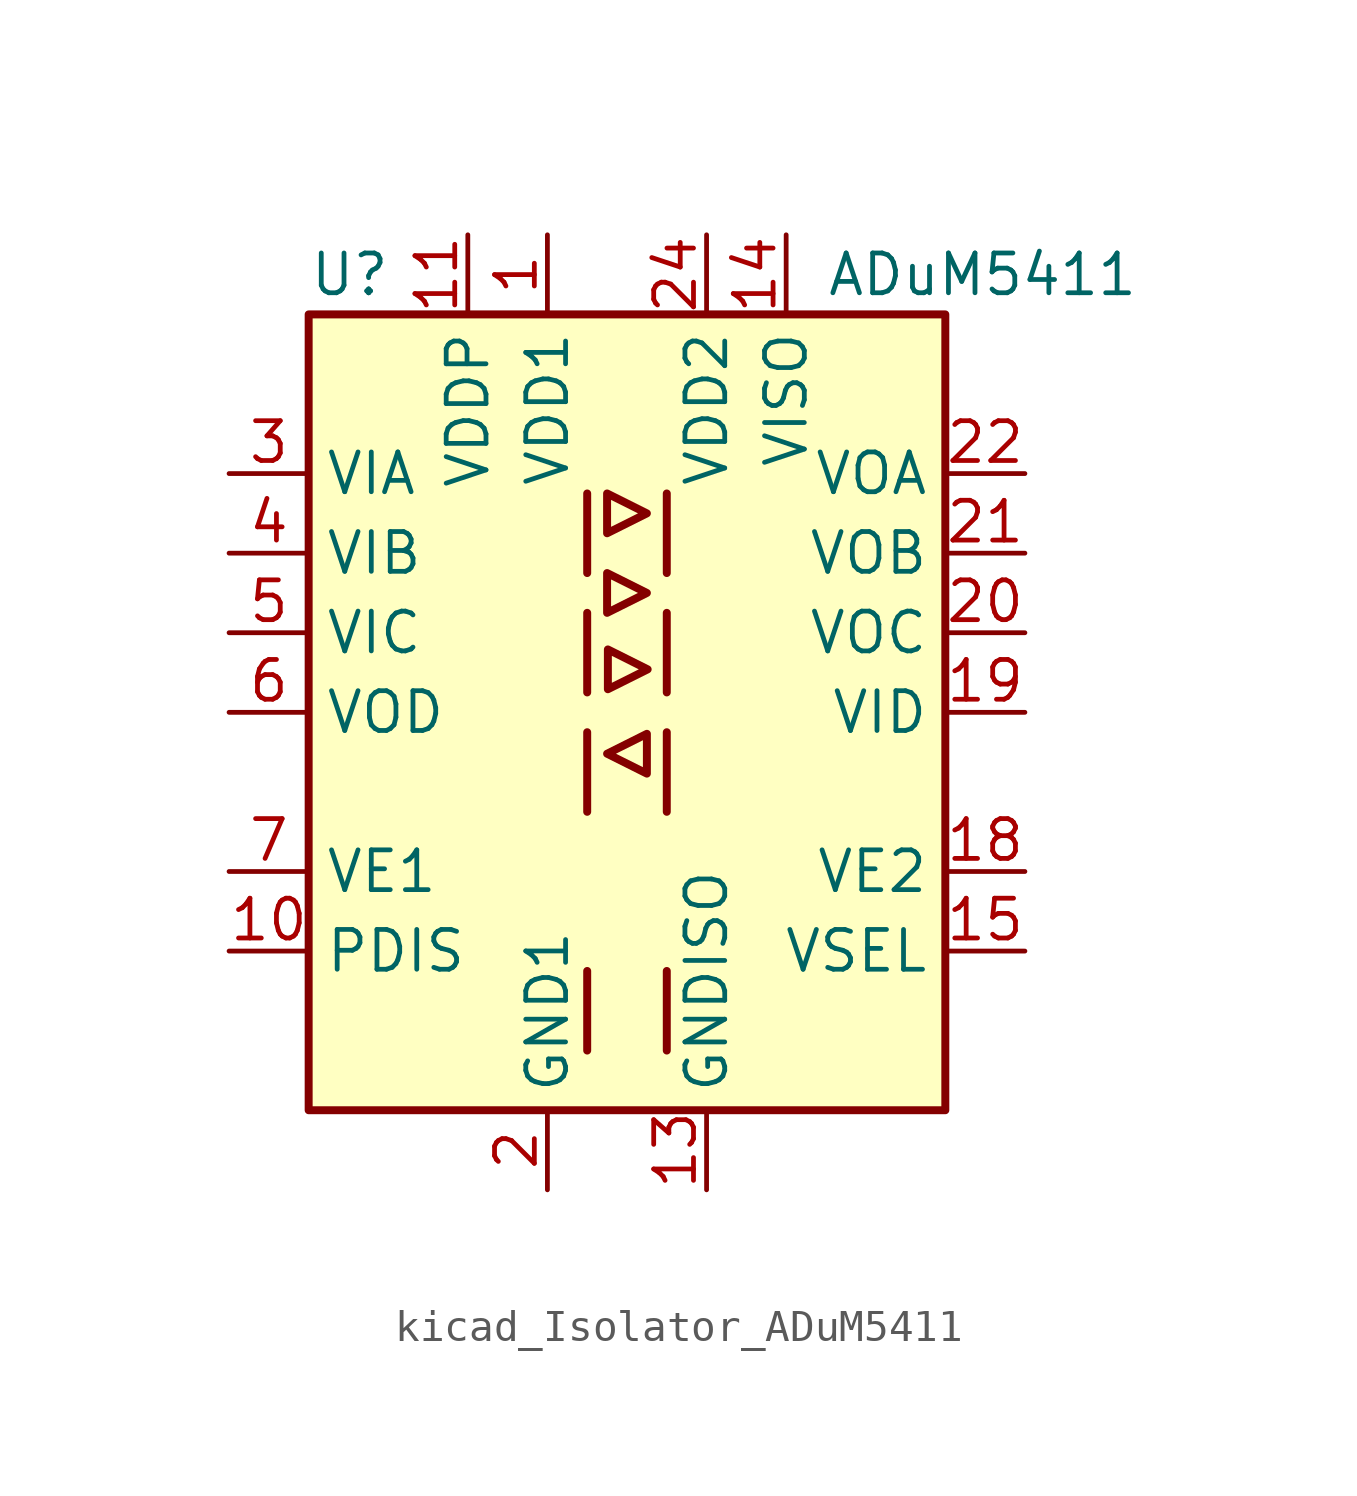
<source format=kicad_sym>
(kicad_symbol_lib
  (version 20220914)
  (generator kicad_symbol_editor)
  (symbol "kicad_Isolator_ADuM5411"
    (property "Reference" "U"
      (at -10.16 13.97 0)
      (effects (font (size 1.27 1.27)) (justify left)))
    (property "Value" "ADuM5411"
      (at 6.35 13.97 0)
      (effects (font (size 1.27 1.27)) (justify left)))
    (symbol "kicad_Isolator_ADuM5411_1_1"
      (rectangle (start -10.16 12.7) (end 10.16 -12.7) (stroke (width 0.254) (type default)) (fill (type background)))
      (polyline (pts (xy -1.27 -8.255) (xy -1.27 -10.795)) (stroke (width 0.254) (type default)) (fill (type none)))
      (polyline (pts (xy -1.27 -0.635) (xy -1.27 -3.175)) (stroke (width 0.254) (type default)) (fill (type none)))
      (polyline (pts (xy -1.27 3.175) (xy -1.27 0.635)) (stroke (width 0.254) (type default)) (fill (type none)))
      (polyline (pts (xy -1.27 6.985) (xy -1.27 4.445)) (stroke (width 0.254) (type default)) (fill (type none)))
      (polyline (pts (xy 1.27 -8.255) (xy 1.27 -10.795)) (stroke (width 0.254) (type default)) (fill (type none)))
      (polyline (pts (xy 1.27 -0.635) (xy 1.27 -3.175)) (stroke (width 0.254) (type default)) (fill (type none)))
      (polyline (pts (xy 1.27 3.175) (xy 1.27 0.635)) (stroke (width 0.254) (type default)) (fill (type none)))
      (polyline (pts (xy 1.27 6.985) (xy 1.27 4.445)) (stroke (width 0.254) (type default)) (fill (type none)))
      (polyline (pts (xy -0.635 4.445) (xy -0.635 3.175) (xy 0.635 3.81) (xy -0.635 4.445)) (stroke (width 0.254) (type default)) (fill (type none)))
      (polyline (pts (xy -0.635 5.715) (xy 0.635 6.35) (xy -0.635 6.985) (xy -0.635 5.715)) (stroke (width 0.254) (type default)) (fill (type none)))
      (polyline (pts (xy -0.61 2.007) (xy 0.66 1.372) (xy -0.61 0.737) (xy -0.61 2.007)) (stroke (width 0.254) (type default)) (fill (type none)))
      (polyline (pts (xy 0.635 -0.686) (xy 0.635 -1.956) (xy -0.635 -1.321) (xy 0.635 -0.686)) (stroke (width 0.254) (type default)) (fill (type none)))
      (pin power_in line (at -2.54 15.24 270) (length 2.54) (name "VDD1" (effects (font (size 1.27 1.27)))) (number "1" (effects (font (size 1.27 1.27)))))
      (pin input line (at -12.7 -7.62 0) (length 2.54) (name "PDIS" (effects (font (size 1.27 1.27)))) (number "10" (effects (font (size 1.27 1.27)))))
      (pin power_in line (at -5.08 15.24 270) (length 2.54) (name "VDDP" (effects (font (size 1.27 1.27)))) (number "11" (effects (font (size 1.27 1.27)))))
      (pin passive line (at -2.54 -15.24 90) (length 2.54) hide (name "GND1" (effects (font (size 1.27 1.27)))) (number "12" (effects (font (size 1.27 1.27)))))
      (pin power_in line (at 2.54 -15.24 90) (length 2.54) (name "GNDISO" (effects (font (size 1.27 1.27)))) (number "13" (effects (font (size 1.27 1.27)))))
      (pin power_out line (at 5.08 15.24 270) (length 2.54) (name "VISO" (effects (font (size 1.27 1.27)))) (number "14" (effects (font (size 1.27 1.27)))))
      (pin input line (at 12.7 -7.62 180) (length 2.54) (name "VSEL" (effects (font (size 1.27 1.27)))) (number "15" (effects (font (size 1.27 1.27)))))
      (pin passive line (at 2.54 -15.24 90) (length 2.54) hide (name "GNDISO" (effects (font (size 1.27 1.27)))) (number "16" (effects (font (size 1.27 1.27)))))
      (pin no_connect line (at 10.16 -2.54 180) (length 2.54) hide (name "NC" (effects (font (size 1.27 1.27)))) (number "17" (effects (font (size 1.27 1.27)))))
      (pin input line (at 12.7 -5.08 180) (length 2.54) (name "VE2" (effects (font (size 1.27 1.27)))) (number "18" (effects (font (size 1.27 1.27)))))
      (pin input line (at 12.7 0 180) (length 2.54) (name "VID" (effects (font (size 1.27 1.27)))) (number "19" (effects (font (size 1.27 1.27)))))
      (pin power_in line (at -2.54 -15.24 90) (length 2.54) (name "GND1" (effects (font (size 1.27 1.27)))) (number "2" (effects (font (size 1.27 1.27)))))
      (pin output line (at 12.7 2.54 180) (length 2.54) (name "VOC" (effects (font (size 1.27 1.27)))) (number "20" (effects (font (size 1.27 1.27)))))
      (pin output line (at 12.7 5.08 180) (length 2.54) (name "VOB" (effects (font (size 1.27 1.27)))) (number "21" (effects (font (size 1.27 1.27)))))
      (pin output line (at 12.7 7.62 180) (length 2.54) (name "VOA" (effects (font (size 1.27 1.27)))) (number "22" (effects (font (size 1.27 1.27)))))
      (pin passive line (at 2.54 -15.24 90) (length 2.54) hide (name "GNDISO" (effects (font (size 1.27 1.27)))) (number "23" (effects (font (size 1.27 1.27)))))
      (pin power_in line (at 2.54 15.24 270) (length 2.54) (name "VDD2" (effects (font (size 1.27 1.27)))) (number "24" (effects (font (size 1.27 1.27)))))
      (pin input line (at -12.7 7.62 0) (length 2.54) (name "VIA" (effects (font (size 1.27 1.27)))) (number "3" (effects (font (size 1.27 1.27)))))
      (pin input line (at -12.7 5.08 0) (length 2.54) (name "VIB" (effects (font (size 1.27 1.27)))) (number "4" (effects (font (size 1.27 1.27)))))
      (pin input line (at -12.7 2.54 0) (length 2.54) (name "VIC" (effects (font (size 1.27 1.27)))) (number "5" (effects (font (size 1.27 1.27)))))
      (pin output line (at -12.7 0 0) (length 2.54) (name "VOD" (effects (font (size 1.27 1.27)))) (number "6" (effects (font (size 1.27 1.27)))))
      (pin input line (at -12.7 -5.08 0) (length 2.54) (name "VE1" (effects (font (size 1.27 1.27)))) (number "7" (effects (font (size 1.27 1.27)))))
      (pin no_connect line (at -10.16 -2.54 0) (length 2.54) hide (name "NC" (effects (font (size 1.27 1.27)))) (number "8" (effects (font (size 1.27 1.27)))))
      (pin passive line (at -2.54 -15.24 90) (length 2.54) hide (name "GND1" (effects (font (size 1.27 1.27)))) (number "9" (effects (font (size 1.27 1.27))))))))
</source>
